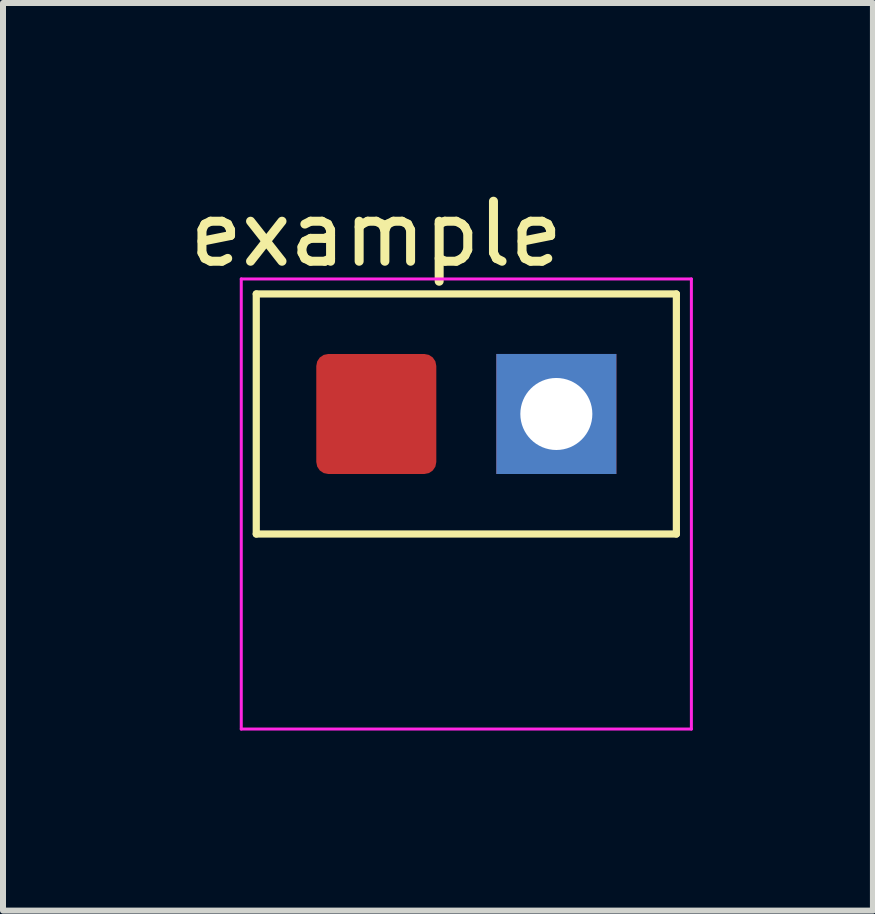
<source format=kicad_pcb>
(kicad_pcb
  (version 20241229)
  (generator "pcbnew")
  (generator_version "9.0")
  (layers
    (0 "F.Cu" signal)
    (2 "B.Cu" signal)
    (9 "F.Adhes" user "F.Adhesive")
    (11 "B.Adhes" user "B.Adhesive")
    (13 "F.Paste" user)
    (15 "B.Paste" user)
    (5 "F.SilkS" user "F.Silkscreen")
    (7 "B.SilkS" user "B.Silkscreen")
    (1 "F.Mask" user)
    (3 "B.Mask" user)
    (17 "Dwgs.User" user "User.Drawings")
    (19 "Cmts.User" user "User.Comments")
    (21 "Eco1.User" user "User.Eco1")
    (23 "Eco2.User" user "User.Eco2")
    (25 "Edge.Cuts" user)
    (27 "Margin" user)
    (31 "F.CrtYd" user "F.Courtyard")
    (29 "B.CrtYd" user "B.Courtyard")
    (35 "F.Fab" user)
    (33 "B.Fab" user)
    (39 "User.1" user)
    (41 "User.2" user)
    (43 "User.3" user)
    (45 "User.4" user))
  (footprint "example"
    (layer "F.Cu")
    (at 3.22 3.848)
    (property "Reference" "example" (at 0 -3 0) (layer "F.SilkS") (effects (font (size 1 1) (thickness 0.15))))
    (attr through_hole)
    (fp_line (start -2 -2) (end -2 2) (stroke (width 0.12) (type solid)) (layer "F.SilkS"))
    (fp_line (start -2 2) (end 5 2) (stroke (width 0.12) (type solid)) (layer "F.SilkS"))
    (fp_line (start 5 -2) (end -2 -2) (stroke (width 0.12) (type solid)) (layer "F.SilkS"))
    (fp_line (start 5 2) (end 5 -2) (stroke (width 0.12) (type solid)) (layer "F.SilkS"))
    (fp_line (start -2.25 -2.25) (end -2.25 5.25) (stroke (width 0.05) (type solid)) (layer "F.CrtYd"))
    (fp_line (start -2.25 5.25) (end 5.25 5.25) (stroke (width 0.05) (type solid)) (layer "F.CrtYd"))
    (fp_line (start 5.25 -2.25) (end -2.25 -2.25) (stroke (width 0.05) (type solid)) (layer "F.CrtYd"))
    (fp_line (start 5.25 5.25) (end 5.25 -2.25) (stroke (width 0.05) (type solid)) (layer "F.CrtYd"))
    (pad "1" smd roundrect (at 0 0) (size 2 2) (layers "F.Cu" "F.Mask") (roundrect_rratio 0.1))
    (pad "2" thru_hole rect (at 3 0) (size 2 2) (drill 1.2) (layers "*.Cu" "*.Mask")))
  (gr_rect
    (start -3 -3)
    (end 11.495 12.123)
    (stroke (width 0.1) (type default))
    (fill no)
    (layer "Edge.Cuts")))
</source>
